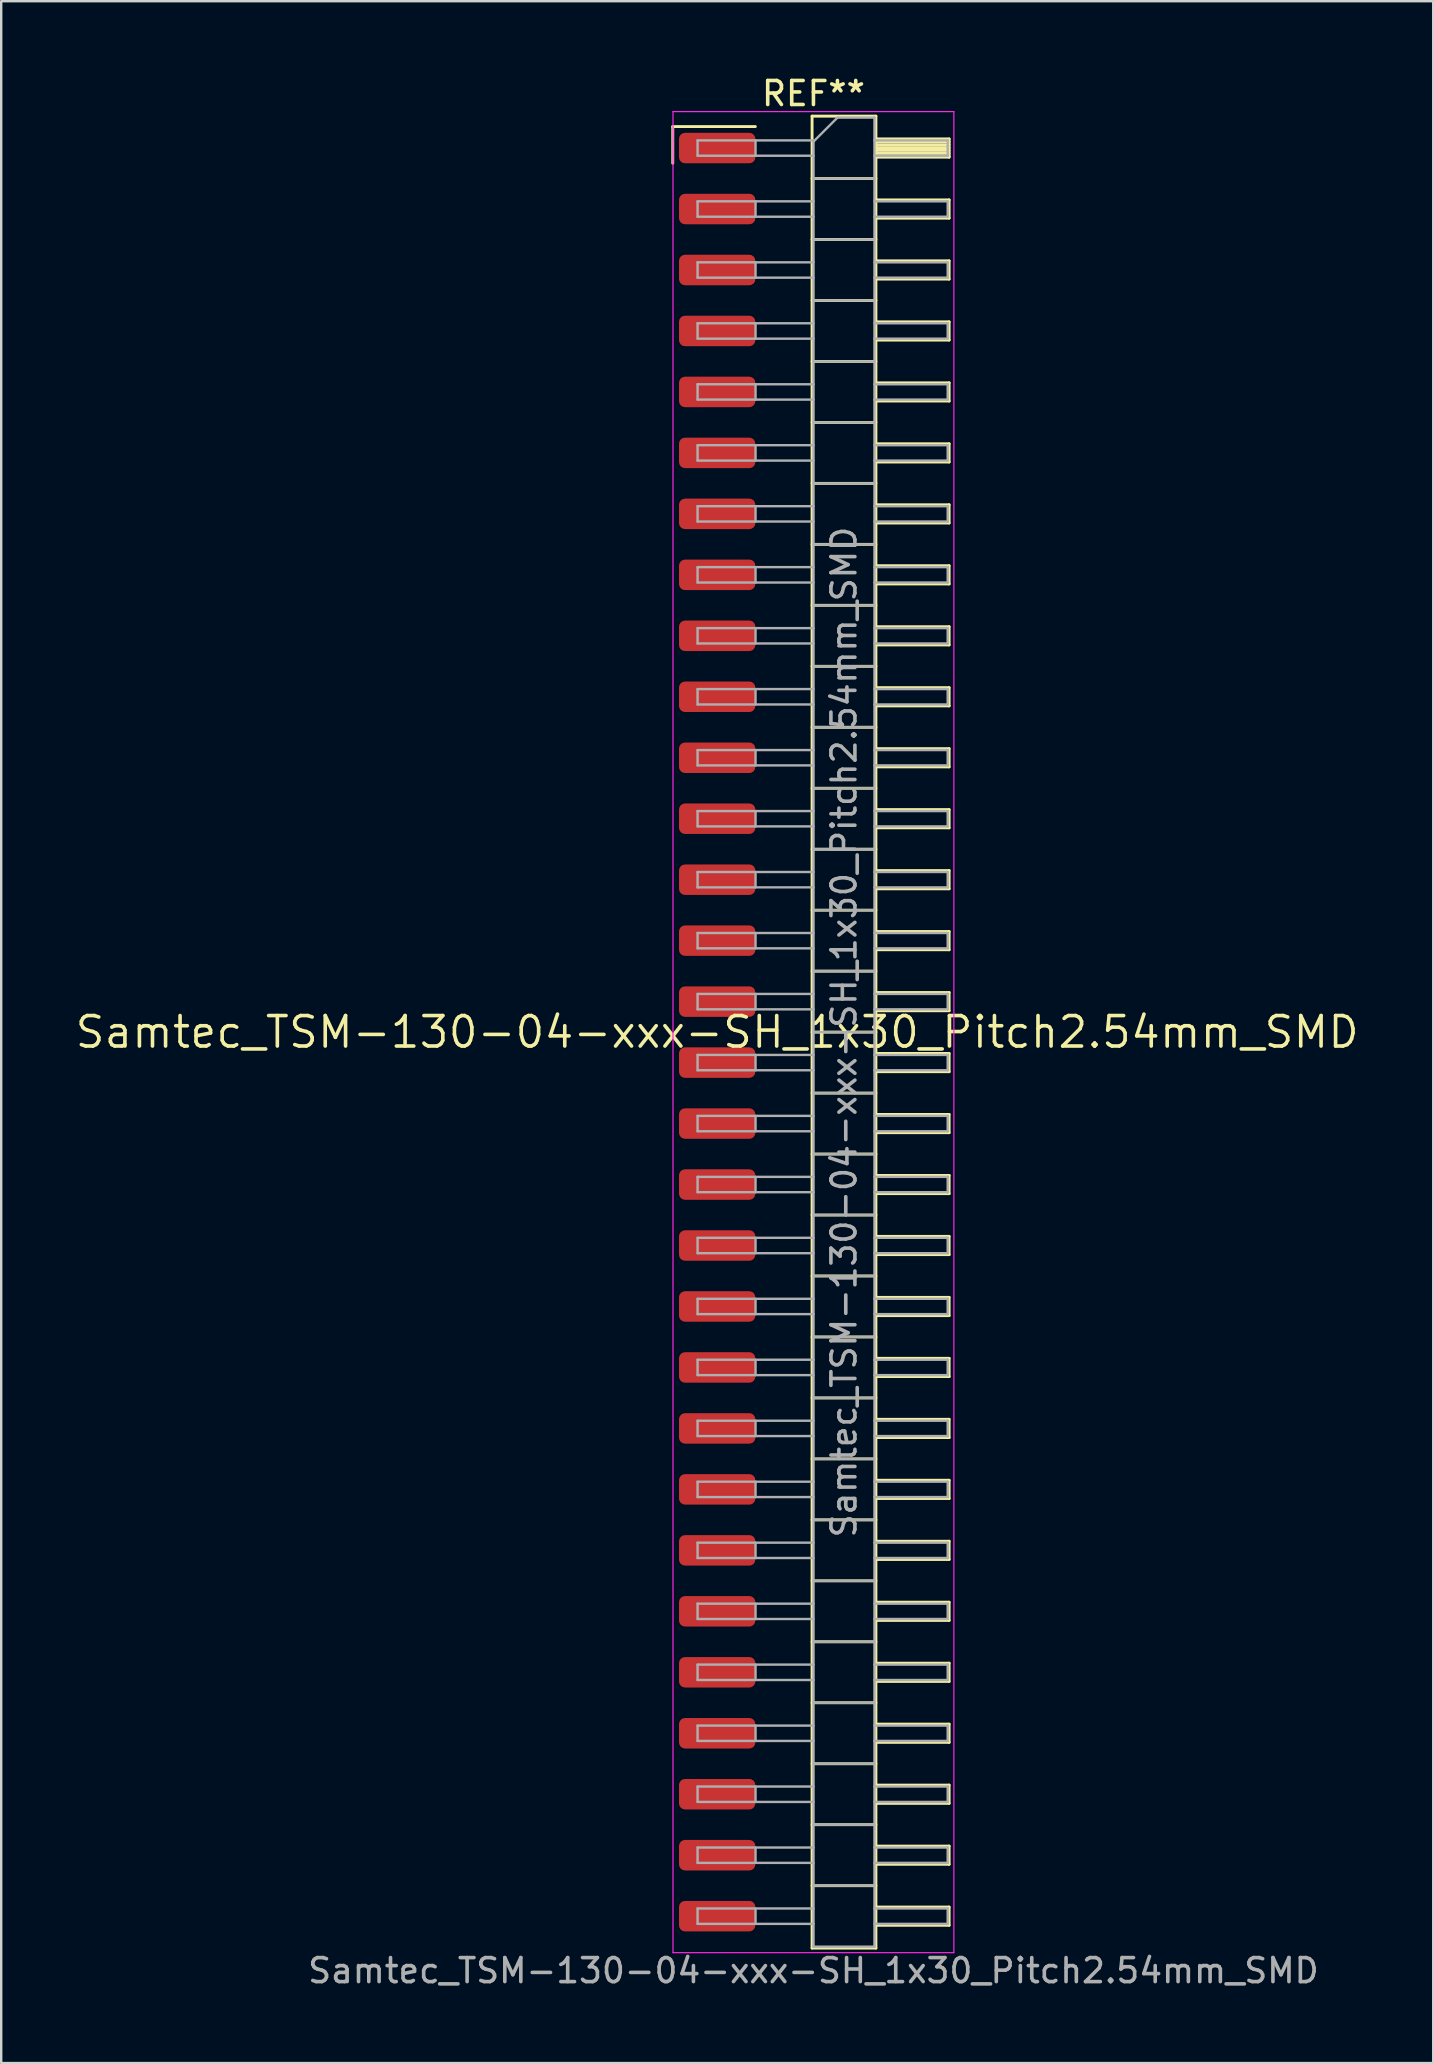
<source format=kicad_pcb>
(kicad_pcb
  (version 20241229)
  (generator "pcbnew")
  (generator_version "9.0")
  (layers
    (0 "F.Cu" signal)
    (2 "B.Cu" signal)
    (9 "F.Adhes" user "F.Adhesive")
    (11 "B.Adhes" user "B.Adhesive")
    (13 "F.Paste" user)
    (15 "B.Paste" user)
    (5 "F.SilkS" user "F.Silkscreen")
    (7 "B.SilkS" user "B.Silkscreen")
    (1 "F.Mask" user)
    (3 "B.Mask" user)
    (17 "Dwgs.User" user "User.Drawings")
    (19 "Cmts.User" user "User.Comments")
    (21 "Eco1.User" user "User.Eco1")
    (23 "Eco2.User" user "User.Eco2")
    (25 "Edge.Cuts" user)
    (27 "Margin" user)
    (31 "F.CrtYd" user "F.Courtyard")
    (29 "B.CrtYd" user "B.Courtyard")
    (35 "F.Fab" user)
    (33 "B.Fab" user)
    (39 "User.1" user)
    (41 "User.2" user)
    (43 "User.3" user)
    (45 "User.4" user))
  (footprint "Samtec_TSM-130-04-xxx-SH_1x30_Pitch2.54mm_SMD"
    (layer "F.Cu")
    (at 26.828 39.948)
    (property "Reference" "Samtec_TSM-130-04-xxx-SH_1x30_Pitch2.54mm_SMD" (at 0 0 0) (layer "F.SilkS") (effects (font (size 1.27 1.27) (thickness 0.15))))
    (attr smd)
    (fp_line (start -1.85 -37.725) (end 1.59 -37.725) (stroke (width 0.12) (type solid)) (layer "F.SilkS"))
    (fp_line (start -1.85 -36.195) (end -1.85 -37.725) (stroke (width 0.12) (type solid)) (layer "F.SilkS"))
    (fp_line (start 3.953 -38.16) (end 6.613 -38.16) (stroke (width 0.12) (type solid)) (layer "F.SilkS"))
    (fp_line (start 3.953 -35.56) (end 6.613 -35.56) (stroke (width 0.12) (type solid)) (layer "F.SilkS"))
    (fp_line (start 3.953 -33.02) (end 6.613 -33.02) (stroke (width 0.12) (type solid)) (layer "F.SilkS"))
    (fp_line (start 3.953 -30.48) (end 6.613 -30.48) (stroke (width 0.12) (type solid)) (layer "F.SilkS"))
    (fp_line (start 3.953 -27.94) (end 6.613 -27.94) (stroke (width 0.12) (type solid)) (layer "F.SilkS"))
    (fp_line (start 3.953 -25.4) (end 6.613 -25.4) (stroke (width 0.12) (type solid)) (layer "F.SilkS"))
    (fp_line (start 3.953 -22.86) (end 6.613 -22.86) (stroke (width 0.12) (type solid)) (layer "F.SilkS"))
    (fp_line (start 3.953 -20.32) (end 6.613 -20.32) (stroke (width 0.12) (type solid)) (layer "F.SilkS"))
    (fp_line (start 3.953 -17.78) (end 6.613 -17.78) (stroke (width 0.12) (type solid)) (layer "F.SilkS"))
    (fp_line (start 3.953 -15.24) (end 6.613 -15.24) (stroke (width 0.12) (type solid)) (layer "F.SilkS"))
    (fp_line (start 3.953 -12.7) (end 6.613 -12.7) (stroke (width 0.12) (type solid)) (layer "F.SilkS"))
    (fp_line (start 3.953 -10.16) (end 6.613 -10.16) (stroke (width 0.12) (type solid)) (layer "F.SilkS"))
    (fp_line (start 3.953 -7.62) (end 6.613 -7.62) (stroke (width 0.12) (type solid)) (layer "F.SilkS"))
    (fp_line (start 3.953 -5.08) (end 6.613 -5.08) (stroke (width 0.12) (type solid)) (layer "F.SilkS"))
    (fp_line (start 3.953 -2.54) (end 6.613 -2.54) (stroke (width 0.12) (type solid)) (layer "F.SilkS"))
    (fp_line (start 3.953 0) (end 6.613 0) (stroke (width 0.12) (type solid)) (layer "F.SilkS"))
    (fp_line (start 3.953 2.54) (end 6.613 2.54) (stroke (width 0.12) (type solid)) (layer "F.SilkS"))
    (fp_line (start 3.953 5.08) (end 6.613 5.08) (stroke (width 0.12) (type solid)) (layer "F.SilkS"))
    (fp_line (start 3.953 7.62) (end 6.613 7.62) (stroke (width 0.12) (type solid)) (layer "F.SilkS"))
    (fp_line (start 3.953 10.16) (end 6.613 10.16) (stroke (width 0.12) (type solid)) (layer "F.SilkS"))
    (fp_line (start 3.953 12.7) (end 6.613 12.7) (stroke (width 0.12) (type solid)) (layer "F.SilkS"))
    (fp_line (start 3.953 15.24) (end 6.613 15.24) (stroke (width 0.12) (type solid)) (layer "F.SilkS"))
    (fp_line (start 3.953 17.78) (end 6.613 17.78) (stroke (width 0.12) (type solid)) (layer "F.SilkS"))
    (fp_line (start 3.953 20.32) (end 6.613 20.32) (stroke (width 0.12) (type solid)) (layer "F.SilkS"))
    (fp_line (start 3.953 22.86) (end 6.613 22.86) (stroke (width 0.12) (type solid)) (layer "F.SilkS"))
    (fp_line (start 3.953 25.4) (end 6.613 25.4) (stroke (width 0.12) (type solid)) (layer "F.SilkS"))
    (fp_line (start 3.953 27.94) (end 6.613 27.94) (stroke (width 0.12) (type solid)) (layer "F.SilkS"))
    (fp_line (start 3.953 30.48) (end 6.613 30.48) (stroke (width 0.12) (type solid)) (layer "F.SilkS"))
    (fp_line (start 3.953 33.02) (end 6.613 33.02) (stroke (width 0.12) (type solid)) (layer "F.SilkS"))
    (fp_line (start 3.953 35.56) (end 6.613 35.56) (stroke (width 0.12) (type solid)) (layer "F.SilkS"))
    (fp_line (start 3.953 38.16) (end 3.953 -38.16) (stroke (width 0.12) (type solid)) (layer "F.SilkS"))
    (fp_line (start 6.613 -38.16) (end 6.613 38.16) (stroke (width 0.12) (type solid)) (layer "F.SilkS"))
    (fp_line (start 6.613 -37.21) (end 9.663 -37.21) (stroke (width 0.12) (type solid)) (layer "F.SilkS"))
    (fp_line (start 6.613 -37.09) (end 9.663 -37.09) (stroke (width 0.12) (type solid)) (layer "F.SilkS"))
    (fp_line (start 6.613 -36.97) (end 9.663 -36.97) (stroke (width 0.12) (type solid)) (layer "F.SilkS"))
    (fp_line (start 6.613 -36.85) (end 9.663 -36.85) (stroke (width 0.12) (type solid)) (layer "F.SilkS"))
    (fp_line (start 6.613 -36.73) (end 9.663 -36.73) (stroke (width 0.12) (type solid)) (layer "F.SilkS"))
    (fp_line (start 6.613 -36.61) (end 9.663 -36.61) (stroke (width 0.12) (type solid)) (layer "F.SilkS"))
    (fp_line (start 6.613 -36.49) (end 9.663 -36.49) (stroke (width 0.12) (type solid)) (layer "F.SilkS"))
    (fp_line (start 6.613 -36.45) (end 9.663 -36.45) (stroke (width 0.12) (type solid)) (layer "F.SilkS"))
    (fp_line (start 6.613 -34.67) (end 9.663 -34.67) (stroke (width 0.12) (type solid)) (layer "F.SilkS"))
    (fp_line (start 6.613 -33.91) (end 9.663 -33.91) (stroke (width 0.12) (type solid)) (layer "F.SilkS"))
    (fp_line (start 6.613 -32.13) (end 9.663 -32.13) (stroke (width 0.12) (type solid)) (layer "F.SilkS"))
    (fp_line (start 6.613 -31.37) (end 9.663 -31.37) (stroke (width 0.12) (type solid)) (layer "F.SilkS"))
    (fp_line (start 6.613 -29.59) (end 9.663 -29.59) (stroke (width 0.12) (type solid)) (layer "F.SilkS"))
    (fp_line (start 6.613 -28.83) (end 9.663 -28.83) (stroke (width 0.12) (type solid)) (layer "F.SilkS"))
    (fp_line (start 6.613 -27.05) (end 9.663 -27.05) (stroke (width 0.12) (type solid)) (layer "F.SilkS"))
    (fp_line (start 6.613 -26.29) (end 9.663 -26.29) (stroke (width 0.12) (type solid)) (layer "F.SilkS"))
    (fp_line (start 6.613 -24.51) (end 9.663 -24.51) (stroke (width 0.12) (type solid)) (layer "F.SilkS"))
    (fp_line (start 6.613 -23.75) (end 9.663 -23.75) (stroke (width 0.12) (type solid)) (layer "F.SilkS"))
    (fp_line (start 6.613 -21.97) (end 9.663 -21.97) (stroke (width 0.12) (type solid)) (layer "F.SilkS"))
    (fp_line (start 6.613 -21.21) (end 9.663 -21.21) (stroke (width 0.12) (type solid)) (layer "F.SilkS"))
    (fp_line (start 6.613 -19.43) (end 9.663 -19.43) (stroke (width 0.12) (type solid)) (layer "F.SilkS"))
    (fp_line (start 6.613 -18.67) (end 9.663 -18.67) (stroke (width 0.12) (type solid)) (layer "F.SilkS"))
    (fp_line (start 6.613 -16.89) (end 9.663 -16.89) (stroke (width 0.12) (type solid)) (layer "F.SilkS"))
    (fp_line (start 6.613 -16.13) (end 9.663 -16.13) (stroke (width 0.12) (type solid)) (layer "F.SilkS"))
    (fp_line (start 6.613 -14.35) (end 9.663 -14.35) (stroke (width 0.12) (type solid)) (layer "F.SilkS"))
    (fp_line (start 6.613 -13.59) (end 9.663 -13.59) (stroke (width 0.12) (type solid)) (layer "F.SilkS"))
    (fp_line (start 6.613 -11.81) (end 9.663 -11.81) (stroke (width 0.12) (type solid)) (layer "F.SilkS"))
    (fp_line (start 6.613 -11.05) (end 9.663 -11.05) (stroke (width 0.12) (type solid)) (layer "F.SilkS"))
    (fp_line (start 6.613 -9.27) (end 9.663 -9.27) (stroke (width 0.12) (type solid)) (layer "F.SilkS"))
    (fp_line (start 6.613 -8.51) (end 9.663 -8.51) (stroke (width 0.12) (type solid)) (layer "F.SilkS"))
    (fp_line (start 6.613 -6.73) (end 9.663 -6.73) (stroke (width 0.12) (type solid)) (layer "F.SilkS"))
    (fp_line (start 6.613 -5.97) (end 9.663 -5.97) (stroke (width 0.12) (type solid)) (layer "F.SilkS"))
    (fp_line (start 6.613 -4.19) (end 9.663 -4.19) (stroke (width 0.12) (type solid)) (layer "F.SilkS"))
    (fp_line (start 6.613 -3.43) (end 9.663 -3.43) (stroke (width 0.12) (type solid)) (layer "F.SilkS"))
    (fp_line (start 6.613 -1.65) (end 9.663 -1.65) (stroke (width 0.12) (type solid)) (layer "F.SilkS"))
    (fp_line (start 6.613 -0.89) (end 9.663 -0.89) (stroke (width 0.12) (type solid)) (layer "F.SilkS"))
    (fp_line (start 6.613 0.89) (end 9.663 0.89) (stroke (width 0.12) (type solid)) (layer "F.SilkS"))
    (fp_line (start 6.613 1.65) (end 9.663 1.65) (stroke (width 0.12) (type solid)) (layer "F.SilkS"))
    (fp_line (start 6.613 3.43) (end 9.663 3.43) (stroke (width 0.12) (type solid)) (layer "F.SilkS"))
    (fp_line (start 6.613 4.19) (end 9.663 4.19) (stroke (width 0.12) (type solid)) (layer "F.SilkS"))
    (fp_line (start 6.613 5.97) (end 9.663 5.97) (stroke (width 0.12) (type solid)) (layer "F.SilkS"))
    (fp_line (start 6.613 6.73) (end 9.663 6.73) (stroke (width 0.12) (type solid)) (layer "F.SilkS"))
    (fp_line (start 6.613 8.51) (end 9.663 8.51) (stroke (width 0.12) (type solid)) (layer "F.SilkS"))
    (fp_line (start 6.613 9.27) (end 9.663 9.27) (stroke (width 0.12) (type solid)) (layer "F.SilkS"))
    (fp_line (start 6.613 11.05) (end 9.663 11.05) (stroke (width 0.12) (type solid)) (layer "F.SilkS"))
    (fp_line (start 6.613 11.81) (end 9.663 11.81) (stroke (width 0.12) (type solid)) (layer "F.SilkS"))
    (fp_line (start 6.613 13.59) (end 9.663 13.59) (stroke (width 0.12) (type solid)) (layer "F.SilkS"))
    (fp_line (start 6.613 14.35) (end 9.663 14.35) (stroke (width 0.12) (type solid)) (layer "F.SilkS"))
    (fp_line (start 6.613 16.13) (end 9.663 16.13) (stroke (width 0.12) (type solid)) (layer "F.SilkS"))
    (fp_line (start 6.613 16.89) (end 9.663 16.89) (stroke (width 0.12) (type solid)) (layer "F.SilkS"))
    (fp_line (start 6.613 18.67) (end 9.663 18.67) (stroke (width 0.12) (type solid)) (layer "F.SilkS"))
    (fp_line (start 6.613 19.43) (end 9.663 19.43) (stroke (width 0.12) (type solid)) (layer "F.SilkS"))
    (fp_line (start 6.613 21.21) (end 9.663 21.21) (stroke (width 0.12) (type solid)) (layer "F.SilkS"))
    (fp_line (start 6.613 21.97) (end 9.663 21.97) (stroke (width 0.12) (type solid)) (layer "F.SilkS"))
    (fp_line (start 6.613 23.75) (end 9.663 23.75) (stroke (width 0.12) (type solid)) (layer "F.SilkS"))
    (fp_line (start 6.613 24.51) (end 9.663 24.51) (stroke (width 0.12) (type solid)) (layer "F.SilkS"))
    (fp_line (start 6.613 26.29) (end 9.663 26.29) (stroke (width 0.12) (type solid)) (layer "F.SilkS"))
    (fp_line (start 6.613 27.05) (end 9.663 27.05) (stroke (width 0.12) (type solid)) (layer "F.SilkS"))
    (fp_line (start 6.613 28.83) (end 9.663 28.83) (stroke (width 0.12) (type solid)) (layer "F.SilkS"))
    (fp_line (start 6.613 29.59) (end 9.663 29.59) (stroke (width 0.12) (type solid)) (layer "F.SilkS"))
    (fp_line (start 6.613 31.37) (end 9.663 31.37) (stroke (width 0.12) (type solid)) (layer "F.SilkS"))
    (fp_line (start 6.613 32.13) (end 9.663 32.13) (stroke (width 0.12) (type solid)) (layer "F.SilkS"))
    (fp_line (start 6.613 33.91) (end 9.663 33.91) (stroke (width 0.12) (type solid)) (layer "F.SilkS"))
    (fp_line (start 6.613 34.67) (end 9.663 34.67) (stroke (width 0.12) (type solid)) (layer "F.SilkS"))
    (fp_line (start 6.613 36.45) (end 9.663 36.45) (stroke (width 0.12) (type solid)) (layer "F.SilkS"))
    (fp_line (start 6.613 37.21) (end 9.663 37.21) (stroke (width 0.12) (type solid)) (layer "F.SilkS"))
    (fp_line (start 6.613 38.16) (end 3.953 38.16) (stroke (width 0.12) (type solid)) (layer "F.SilkS"))
    (fp_line (start 9.663 -37.21) (end 9.663 -36.45) (stroke (width 0.12) (type solid)) (layer "F.SilkS"))
    (fp_line (start 9.663 -34.67) (end 9.663 -33.91) (stroke (width 0.12) (type solid)) (layer "F.SilkS"))
    (fp_line (start 9.663 -32.13) (end 9.663 -31.37) (stroke (width 0.12) (type solid)) (layer "F.SilkS"))
    (fp_line (start 9.663 -29.59) (end 9.663 -28.83) (stroke (width 0.12) (type solid)) (layer "F.SilkS"))
    (fp_line (start 9.663 -27.05) (end 9.663 -26.29) (stroke (width 0.12) (type solid)) (layer "F.SilkS"))
    (fp_line (start 9.663 -24.51) (end 9.663 -23.75) (stroke (width 0.12) (type solid)) (layer "F.SilkS"))
    (fp_line (start 9.663 -21.97) (end 9.663 -21.21) (stroke (width 0.12) (type solid)) (layer "F.SilkS"))
    (fp_line (start 9.663 -19.43) (end 9.663 -18.67) (stroke (width 0.12) (type solid)) (layer "F.SilkS"))
    (fp_line (start 9.663 -16.89) (end 9.663 -16.13) (stroke (width 0.12) (type solid)) (layer "F.SilkS"))
    (fp_line (start 9.663 -14.35) (end 9.663 -13.59) (stroke (width 0.12) (type solid)) (layer "F.SilkS"))
    (fp_line (start 9.663 -11.81) (end 9.663 -11.05) (stroke (width 0.12) (type solid)) (layer "F.SilkS"))
    (fp_line (start 9.663 -9.27) (end 9.663 -8.51) (stroke (width 0.12) (type solid)) (layer "F.SilkS"))
    (fp_line (start 9.663 -6.73) (end 9.663 -5.97) (stroke (width 0.12) (type solid)) (layer "F.SilkS"))
    (fp_line (start 9.663 -4.19) (end 9.663 -3.43) (stroke (width 0.12) (type solid)) (layer "F.SilkS"))
    (fp_line (start 9.663 -1.65) (end 9.663 -0.89) (stroke (width 0.12) (type solid)) (layer "F.SilkS"))
    (fp_line (start 9.663 0.89) (end 9.663 1.65) (stroke (width 0.12) (type solid)) (layer "F.SilkS"))
    (fp_line (start 9.663 3.43) (end 9.663 4.19) (stroke (width 0.12) (type solid)) (layer "F.SilkS"))
    (fp_line (start 9.663 5.97) (end 9.663 6.73) (stroke (width 0.12) (type solid)) (layer "F.SilkS"))
    (fp_line (start 9.663 8.51) (end 9.663 9.27) (stroke (width 0.12) (type solid)) (layer "F.SilkS"))
    (fp_line (start 9.663 11.05) (end 9.663 11.81) (stroke (width 0.12) (type solid)) (layer "F.SilkS"))
    (fp_line (start 9.663 13.59) (end 9.663 14.35) (stroke (width 0.12) (type solid)) (layer "F.SilkS"))
    (fp_line (start 9.663 16.13) (end 9.663 16.89) (stroke (width 0.12) (type solid)) (layer "F.SilkS"))
    (fp_line (start 9.663 18.67) (end 9.663 19.43) (stroke (width 0.12) (type solid)) (layer "F.SilkS"))
    (fp_line (start 9.663 21.21) (end 9.663 21.97) (stroke (width 0.12) (type solid)) (layer "F.SilkS"))
    (fp_line (start 9.663 23.75) (end 9.663 24.51) (stroke (width 0.12) (type solid)) (layer "F.SilkS"))
    (fp_line (start 9.663 26.29) (end 9.663 27.05) (stroke (width 0.12) (type solid)) (layer "F.SilkS"))
    (fp_line (start 9.663 28.83) (end 9.663 29.59) (stroke (width 0.12) (type solid)) (layer "F.SilkS"))
    (fp_line (start 9.663 31.37) (end 9.663 32.13) (stroke (width 0.12) (type solid)) (layer "F.SilkS"))
    (fp_line (start 9.663 33.91) (end 9.663 34.67) (stroke (width 0.12) (type solid)) (layer "F.SilkS"))
    (fp_line (start 9.663 36.45) (end 9.663 37.21) (stroke (width 0.12) (type solid)) (layer "F.SilkS"))
    (fp_line (start -1.84 -38.35) (end 9.86 -38.35) (stroke (width 0.05) (type solid)) (layer "F.CrtYd"))
    (fp_line (start -1.84 38.35) (end -1.84 -38.35) (stroke (width 0.05) (type solid)) (layer "F.CrtYd"))
    (fp_line (start 9.86 -38.35) (end 9.86 38.35) (stroke (width 0.05) (type solid)) (layer "F.CrtYd"))
    (fp_line (start 9.86 38.35) (end -1.84 38.35) (stroke (width 0.05) (type solid)) (layer "F.CrtYd"))
    (fp_line (start -0.817 -37.15) (end -0.817 -36.51) (stroke (width 0.1) (type solid)) (layer "F.Fab"))
    (fp_line (start -0.817 -37.15) (end 4.013 -37.15) (stroke (width 0.1) (type solid)) (layer "F.Fab"))
    (fp_line (start -0.817 -36.51) (end 4.013 -36.51) (stroke (width 0.1) (type solid)) (layer "F.Fab"))
    (fp_line (start -0.817 -34.61) (end -0.817 -33.97) (stroke (width 0.1) (type solid)) (layer "F.Fab"))
    (fp_line (start -0.817 -34.61) (end 4.013 -34.61) (stroke (width 0.1) (type solid)) (layer "F.Fab"))
    (fp_line (start -0.817 -33.97) (end 4.013 -33.97) (stroke (width 0.1) (type solid)) (layer "F.Fab"))
    (fp_line (start -0.817 -32.07) (end -0.817 -31.43) (stroke (width 0.1) (type solid)) (layer "F.Fab"))
    (fp_line (start -0.817 -32.07) (end 4.013 -32.07) (stroke (width 0.1) (type solid)) (layer "F.Fab"))
    (fp_line (start -0.817 -31.43) (end 4.013 -31.43) (stroke (width 0.1) (type solid)) (layer "F.Fab"))
    (fp_line (start -0.817 -29.53) (end -0.817 -28.89) (stroke (width 0.1) (type solid)) (layer "F.Fab"))
    (fp_line (start -0.817 -29.53) (end 4.013 -29.53) (stroke (width 0.1) (type solid)) (layer "F.Fab"))
    (fp_line (start -0.817 -28.89) (end 4.013 -28.89) (stroke (width 0.1) (type solid)) (layer "F.Fab"))
    (fp_line (start -0.817 -26.99) (end -0.817 -26.35) (stroke (width 0.1) (type solid)) (layer "F.Fab"))
    (fp_line (start -0.817 -26.99) (end 4.013 -26.99) (stroke (width 0.1) (type solid)) (layer "F.Fab"))
    (fp_line (start -0.817 -26.35) (end 4.013 -26.35) (stroke (width 0.1) (type solid)) (layer "F.Fab"))
    (fp_line (start -0.817 -24.45) (end -0.817 -23.81) (stroke (width 0.1) (type solid)) (layer "F.Fab"))
    (fp_line (start -0.817 -24.45) (end 4.013 -24.45) (stroke (width 0.1) (type solid)) (layer "F.Fab"))
    (fp_line (start -0.817 -23.81) (end 4.013 -23.81) (stroke (width 0.1) (type solid)) (layer "F.Fab"))
    (fp_line (start -0.817 -21.91) (end -0.817 -21.27) (stroke (width 0.1) (type solid)) (layer "F.Fab"))
    (fp_line (start -0.817 -21.91) (end 4.013 -21.91) (stroke (width 0.1) (type solid)) (layer "F.Fab"))
    (fp_line (start -0.817 -21.27) (end 4.013 -21.27) (stroke (width 0.1) (type solid)) (layer "F.Fab"))
    (fp_line (start -0.817 -19.37) (end -0.817 -18.73) (stroke (width 0.1) (type solid)) (layer "F.Fab"))
    (fp_line (start -0.817 -19.37) (end 4.013 -19.37) (stroke (width 0.1) (type solid)) (layer "F.Fab"))
    (fp_line (start -0.817 -18.73) (end 4.013 -18.73) (stroke (width 0.1) (type solid)) (layer "F.Fab"))
    (fp_line (start -0.817 -16.83) (end -0.817 -16.19) (stroke (width 0.1) (type solid)) (layer "F.Fab"))
    (fp_line (start -0.817 -16.83) (end 4.013 -16.83) (stroke (width 0.1) (type solid)) (layer "F.Fab"))
    (fp_line (start -0.817 -16.19) (end 4.013 -16.19) (stroke (width 0.1) (type solid)) (layer "F.Fab"))
    (fp_line (start -0.817 -14.29) (end -0.817 -13.65) (stroke (width 0.1) (type solid)) (layer "F.Fab"))
    (fp_line (start -0.817 -14.29) (end 4.013 -14.29) (stroke (width 0.1) (type solid)) (layer "F.Fab"))
    (fp_line (start -0.817 -13.65) (end 4.013 -13.65) (stroke (width 0.1) (type solid)) (layer "F.Fab"))
    (fp_line (start -0.817 -11.75) (end -0.817 -11.11) (stroke (width 0.1) (type solid)) (layer "F.Fab"))
    (fp_line (start -0.817 -11.75) (end 4.013 -11.75) (stroke (width 0.1) (type solid)) (layer "F.Fab"))
    (fp_line (start -0.817 -11.11) (end 4.013 -11.11) (stroke (width 0.1) (type solid)) (layer "F.Fab"))
    (fp_line (start -0.817 -9.21) (end -0.817 -8.57) (stroke (width 0.1) (type solid)) (layer "F.Fab"))
    (fp_line (start -0.817 -9.21) (end 4.013 -9.21) (stroke (width 0.1) (type solid)) (layer "F.Fab"))
    (fp_line (start -0.817 -8.57) (end 4.013 -8.57) (stroke (width 0.1) (type solid)) (layer "F.Fab"))
    (fp_line (start -0.817 -6.67) (end -0.817 -6.03) (stroke (width 0.1) (type solid)) (layer "F.Fab"))
    (fp_line (start -0.817 -6.67) (end 4.013 -6.67) (stroke (width 0.1) (type solid)) (layer "F.Fab"))
    (fp_line (start -0.817 -6.03) (end 4.013 -6.03) (stroke (width 0.1) (type solid)) (layer "F.Fab"))
    (fp_line (start -0.817 -4.13) (end -0.817 -3.49) (stroke (width 0.1) (type solid)) (layer "F.Fab"))
    (fp_line (start -0.817 -4.13) (end 4.013 -4.13) (stroke (width 0.1) (type solid)) (layer "F.Fab"))
    (fp_line (start -0.817 -3.49) (end 4.013 -3.49) (stroke (width 0.1) (type solid)) (layer "F.Fab"))
    (fp_line (start -0.817 -1.59) (end -0.817 -0.95) (stroke (width 0.1) (type solid)) (layer "F.Fab"))
    (fp_line (start -0.817 -1.59) (end 4.013 -1.59) (stroke (width 0.1) (type solid)) (layer "F.Fab"))
    (fp_line (start -0.817 -0.95) (end 4.013 -0.95) (stroke (width 0.1) (type solid)) (layer "F.Fab"))
    (fp_line (start -0.817 0.95) (end -0.817 1.59) (stroke (width 0.1) (type solid)) (layer "F.Fab"))
    (fp_line (start -0.817 0.95) (end 4.013 0.95) (stroke (width 0.1) (type solid)) (layer "F.Fab"))
    (fp_line (start -0.817 1.59) (end 4.013 1.59) (stroke (width 0.1) (type solid)) (layer "F.Fab"))
    (fp_line (start -0.817 3.49) (end -0.817 4.13) (stroke (width 0.1) (type solid)) (layer "F.Fab"))
    (fp_line (start -0.817 3.49) (end 4.013 3.49) (stroke (width 0.1) (type solid)) (layer "F.Fab"))
    (fp_line (start -0.817 4.13) (end 4.013 4.13) (stroke (width 0.1) (type solid)) (layer "F.Fab"))
    (fp_line (start -0.817 6.03) (end -0.817 6.67) (stroke (width 0.1) (type solid)) (layer "F.Fab"))
    (fp_line (start -0.817 6.03) (end 4.013 6.03) (stroke (width 0.1) (type solid)) (layer "F.Fab"))
    (fp_line (start -0.817 6.67) (end 4.013 6.67) (stroke (width 0.1) (type solid)) (layer "F.Fab"))
    (fp_line (start -0.817 8.57) (end -0.817 9.21) (stroke (width 0.1) (type solid)) (layer "F.Fab"))
    (fp_line (start -0.817 8.57) (end 4.013 8.57) (stroke (width 0.1) (type solid)) (layer "F.Fab"))
    (fp_line (start -0.817 9.21) (end 4.013 9.21) (stroke (width 0.1) (type solid)) (layer "F.Fab"))
    (fp_line (start -0.817 11.11) (end -0.817 11.75) (stroke (width 0.1) (type solid)) (layer "F.Fab"))
    (fp_line (start -0.817 11.11) (end 4.013 11.11) (stroke (width 0.1) (type solid)) (layer "F.Fab"))
    (fp_line (start -0.817 11.75) (end 4.013 11.75) (stroke (width 0.1) (type solid)) (layer "F.Fab"))
    (fp_line (start -0.817 13.65) (end -0.817 14.29) (stroke (width 0.1) (type solid)) (layer "F.Fab"))
    (fp_line (start -0.817 13.65) (end 4.013 13.65) (stroke (width 0.1) (type solid)) (layer "F.Fab"))
    (fp_line (start -0.817 14.29) (end 4.013 14.29) (stroke (width 0.1) (type solid)) (layer "F.Fab"))
    (fp_line (start -0.817 16.19) (end -0.817 16.83) (stroke (width 0.1) (type solid)) (layer "F.Fab"))
    (fp_line (start -0.817 16.19) (end 4.013 16.19) (stroke (width 0.1) (type solid)) (layer "F.Fab"))
    (fp_line (start -0.817 16.83) (end 4.013 16.83) (stroke (width 0.1) (type solid)) (layer "F.Fab"))
    (fp_line (start -0.817 18.73) (end -0.817 19.37) (stroke (width 0.1) (type solid)) (layer "F.Fab"))
    (fp_line (start -0.817 18.73) (end 4.013 18.73) (stroke (width 0.1) (type solid)) (layer "F.Fab"))
    (fp_line (start -0.817 19.37) (end 4.013 19.37) (stroke (width 0.1) (type solid)) (layer "F.Fab"))
    (fp_line (start -0.817 21.27) (end -0.817 21.91) (stroke (width 0.1) (type solid)) (layer "F.Fab"))
    (fp_line (start -0.817 21.27) (end 4.013 21.27) (stroke (width 0.1) (type solid)) (layer "F.Fab"))
    (fp_line (start -0.817 21.91) (end 4.013 21.91) (stroke (width 0.1) (type solid)) (layer "F.Fab"))
    (fp_line (start -0.817 23.81) (end -0.817 24.45) (stroke (width 0.1) (type solid)) (layer "F.Fab"))
    (fp_line (start -0.817 23.81) (end 4.013 23.81) (stroke (width 0.1) (type solid)) (layer "F.Fab"))
    (fp_line (start -0.817 24.45) (end 4.013 24.45) (stroke (width 0.1) (type solid)) (layer "F.Fab"))
    (fp_line (start -0.817 26.35) (end -0.817 26.99) (stroke (width 0.1) (type solid)) (layer "F.Fab"))
    (fp_line (start -0.817 26.35) (end 4.013 26.35) (stroke (width 0.1) (type solid)) (layer "F.Fab"))
    (fp_line (start -0.817 26.99) (end 4.013 26.99) (stroke (width 0.1) (type solid)) (layer "F.Fab"))
    (fp_line (start -0.817 28.89) (end -0.817 29.53) (stroke (width 0.1) (type solid)) (layer "F.Fab"))
    (fp_line (start -0.817 28.89) (end 4.013 28.89) (stroke (width 0.1) (type solid)) (layer "F.Fab"))
    (fp_line (start -0.817 29.53) (end 4.013 29.53) (stroke (width 0.1) (type solid)) (layer "F.Fab"))
    (fp_line (start -0.817 31.43) (end -0.817 32.07) (stroke (width 0.1) (type solid)) (layer "F.Fab"))
    (fp_line (start -0.817 31.43) (end 4.013 31.43) (stroke (width 0.1) (type solid)) (layer "F.Fab"))
    (fp_line (start -0.817 32.07) (end 4.013 32.07) (stroke (width 0.1) (type solid)) (layer "F.Fab"))
    (fp_line (start -0.817 33.97) (end -0.817 34.61) (stroke (width 0.1) (type solid)) (layer "F.Fab"))
    (fp_line (start -0.817 33.97) (end 4.013 33.97) (stroke (width 0.1) (type solid)) (layer "F.Fab"))
    (fp_line (start -0.817 34.61) (end 4.013 34.61) (stroke (width 0.1) (type solid)) (layer "F.Fab"))
    (fp_line (start -0.817 36.51) (end -0.817 37.15) (stroke (width 0.1) (type solid)) (layer "F.Fab"))
    (fp_line (start -0.817 36.51) (end 4.013 36.51) (stroke (width 0.1) (type solid)) (layer "F.Fab"))
    (fp_line (start -0.817 37.15) (end 4.013 37.15) (stroke (width 0.1) (type solid)) (layer "F.Fab"))
    (fp_line (start 1.598 -37.15) (end 1.598 -36.51) (stroke (width 0.1) (type solid)) (layer "F.Fab"))
    (fp_line (start 1.598 -34.61) (end 1.598 -33.97) (stroke (width 0.1) (type solid)) (layer "F.Fab"))
    (fp_line (start 1.598 -32.07) (end 1.598 -31.43) (stroke (width 0.1) (type solid)) (layer "F.Fab"))
    (fp_line (start 1.598 -29.53) (end 1.598 -28.89) (stroke (width 0.1) (type solid)) (layer "F.Fab"))
    (fp_line (start 1.598 -26.99) (end 1.598 -26.35) (stroke (width 0.1) (type solid)) (layer "F.Fab"))
    (fp_line (start 1.598 -24.45) (end 1.598 -23.81) (stroke (width 0.1) (type solid)) (layer "F.Fab"))
    (fp_line (start 1.598 -21.91) (end 1.598 -21.27) (stroke (width 0.1) (type solid)) (layer "F.Fab"))
    (fp_line (start 1.598 -19.37) (end 1.598 -18.73) (stroke (width 0.1) (type solid)) (layer "F.Fab"))
    (fp_line (start 1.598 -16.83) (end 1.598 -16.19) (stroke (width 0.1) (type solid)) (layer "F.Fab"))
    (fp_line (start 1.598 -14.29) (end 1.598 -13.65) (stroke (width 0.1) (type solid)) (layer "F.Fab"))
    (fp_line (start 1.598 -11.75) (end 1.598 -11.11) (stroke (width 0.1) (type solid)) (layer "F.Fab"))
    (fp_line (start 1.598 -9.21) (end 1.598 -8.57) (stroke (width 0.1) (type solid)) (layer "F.Fab"))
    (fp_line (start 1.598 -6.67) (end 1.598 -6.03) (stroke (width 0.1) (type solid)) (layer "F.Fab"))
    (fp_line (start 1.598 -4.13) (end 1.598 -3.49) (stroke (width 0.1) (type solid)) (layer "F.Fab"))
    (fp_line (start 1.598 -1.59) (end 1.598 -0.95) (stroke (width 0.1) (type solid)) (layer "F.Fab"))
    (fp_line (start 1.598 0.95) (end 1.598 1.59) (stroke (width 0.1) (type solid)) (layer "F.Fab"))
    (fp_line (start 1.598 3.49) (end 1.598 4.13) (stroke (width 0.1) (type solid)) (layer "F.Fab"))
    (fp_line (start 1.598 6.03) (end 1.598 6.67) (stroke (width 0.1) (type solid)) (layer "F.Fab"))
    (fp_line (start 1.598 8.57) (end 1.598 9.21) (stroke (width 0.1) (type solid)) (layer "F.Fab"))
    (fp_line (start 1.598 11.11) (end 1.598 11.75) (stroke (width 0.1) (type solid)) (layer "F.Fab"))
    (fp_line (start 1.598 13.65) (end 1.598 14.29) (stroke (width 0.1) (type solid)) (layer "F.Fab"))
    (fp_line (start 1.598 16.19) (end 1.598 16.83) (stroke (width 0.1) (type solid)) (layer "F.Fab"))
    (fp_line (start 1.598 18.73) (end 1.598 19.37) (stroke (width 0.1) (type solid)) (layer "F.Fab"))
    (fp_line (start 1.598 21.27) (end 1.598 21.91) (stroke (width 0.1) (type solid)) (layer "F.Fab"))
    (fp_line (start 1.598 23.81) (end 1.598 24.45) (stroke (width 0.1) (type solid)) (layer "F.Fab"))
    (fp_line (start 1.598 26.35) (end 1.598 26.99) (stroke (width 0.1) (type solid)) (layer "F.Fab"))
    (fp_line (start 1.598 28.89) (end 1.598 29.53) (stroke (width 0.1) (type solid)) (layer "F.Fab"))
    (fp_line (start 1.598 31.43) (end 1.598 32.07) (stroke (width 0.1) (type solid)) (layer "F.Fab"))
    (fp_line (start 1.598 33.97) (end 1.598 34.61) (stroke (width 0.1) (type solid)) (layer "F.Fab"))
    (fp_line (start 1.598 36.51) (end 1.598 37.15) (stroke (width 0.1) (type solid)) (layer "F.Fab"))
    (fp_line (start 4.013 -37.1) (end 5.013 -38.1) (stroke (width 0.1) (type solid)) (layer "F.Fab"))
    (fp_line (start 4.013 -35.56) (end 6.553 -35.56) (stroke (width 0.1) (type solid)) (layer "F.Fab"))
    (fp_line (start 4.013 -33.02) (end 6.553 -33.02) (stroke (width 0.1) (type solid)) (layer "F.Fab"))
    (fp_line (start 4.013 -30.48) (end 6.553 -30.48) (stroke (width 0.1) (type solid)) (layer "F.Fab"))
    (fp_line (start 4.013 -27.94) (end 6.553 -27.94) (stroke (width 0.1) (type solid)) (layer "F.Fab"))
    (fp_line (start 4.013 -25.4) (end 6.553 -25.4) (stroke (width 0.1) (type solid)) (layer "F.Fab"))
    (fp_line (start 4.013 -22.86) (end 6.553 -22.86) (stroke (width 0.1) (type solid)) (layer "F.Fab"))
    (fp_line (start 4.013 -20.32) (end 6.553 -20.32) (stroke (width 0.1) (type solid)) (layer "F.Fab"))
    (fp_line (start 4.013 -17.78) (end 6.553 -17.78) (stroke (width 0.1) (type solid)) (layer "F.Fab"))
    (fp_line (start 4.013 -15.24) (end 6.553 -15.24) (stroke (width 0.1) (type solid)) (layer "F.Fab"))
    (fp_line (start 4.013 -12.7) (end 6.553 -12.7) (stroke (width 0.1) (type solid)) (layer "F.Fab"))
    (fp_line (start 4.013 -10.16) (end 6.553 -10.16) (stroke (width 0.1) (type solid)) (layer "F.Fab"))
    (fp_line (start 4.013 -7.62) (end 6.553 -7.62) (stroke (width 0.1) (type solid)) (layer "F.Fab"))
    (fp_line (start 4.013 -5.08) (end 6.553 -5.08) (stroke (width 0.1) (type solid)) (layer "F.Fab"))
    (fp_line (start 4.013 -2.54) (end 6.553 -2.54) (stroke (width 0.1) (type solid)) (layer "F.Fab"))
    (fp_line (start 4.013 0) (end 6.553 0) (stroke (width 0.1) (type solid)) (layer "F.Fab"))
    (fp_line (start 4.013 2.54) (end 6.553 2.54) (stroke (width 0.1) (type solid)) (layer "F.Fab"))
    (fp_line (start 4.013 5.08) (end 6.553 5.08) (stroke (width 0.1) (type solid)) (layer "F.Fab"))
    (fp_line (start 4.013 7.62) (end 6.553 7.62) (stroke (width 0.1) (type solid)) (layer "F.Fab"))
    (fp_line (start 4.013 10.16) (end 6.553 10.16) (stroke (width 0.1) (type solid)) (layer "F.Fab"))
    (fp_line (start 4.013 12.7) (end 6.553 12.7) (stroke (width 0.1) (type solid)) (layer "F.Fab"))
    (fp_line (start 4.013 15.24) (end 6.553 15.24) (stroke (width 0.1) (type solid)) (layer "F.Fab"))
    (fp_line (start 4.013 17.78) (end 6.553 17.78) (stroke (width 0.1) (type solid)) (layer "F.Fab"))
    (fp_line (start 4.013 20.32) (end 6.553 20.32) (stroke (width 0.1) (type solid)) (layer "F.Fab"))
    (fp_line (start 4.013 22.86) (end 6.553 22.86) (stroke (width 0.1) (type solid)) (layer "F.Fab"))
    (fp_line (start 4.013 25.4) (end 6.553 25.4) (stroke (width 0.1) (type solid)) (layer "F.Fab"))
    (fp_line (start 4.013 27.94) (end 6.553 27.94) (stroke (width 0.1) (type solid)) (layer "F.Fab"))
    (fp_line (start 4.013 30.48) (end 6.553 30.48) (stroke (width 0.1) (type solid)) (layer "F.Fab"))
    (fp_line (start 4.013 33.02) (end 6.553 33.02) (stroke (width 0.1) (type solid)) (layer "F.Fab"))
    (fp_line (start 4.013 35.56) (end 6.553 35.56) (stroke (width 0.1) (type solid)) (layer "F.Fab"))
    (fp_line (start 4.013 38.1) (end 4.013 -37.1) (stroke (width 0.1) (type solid)) (layer "F.Fab"))
    (fp_line (start 5.013 -38.1) (end 6.553 -38.1) (stroke (width 0.1) (type solid)) (layer "F.Fab"))
    (fp_line (start 6.553 -38.1) (end 6.553 38.1) (stroke (width 0.1) (type solid)) (layer "F.Fab"))
    (fp_line (start 6.553 -37.15) (end 9.603 -37.15) (stroke (width 0.1) (type solid)) (layer "F.Fab"))
    (fp_line (start 6.553 -36.51) (end 9.603 -36.51) (stroke (width 0.1) (type solid)) (layer "F.Fab"))
    (fp_line (start 6.553 -34.61) (end 9.603 -34.61) (stroke (width 0.1) (type solid)) (layer "F.Fab"))
    (fp_line (start 6.553 -33.97) (end 9.603 -33.97) (stroke (width 0.1) (type solid)) (layer "F.Fab"))
    (fp_line (start 6.553 -32.07) (end 9.603 -32.07) (stroke (width 0.1) (type solid)) (layer "F.Fab"))
    (fp_line (start 6.553 -31.43) (end 9.603 -31.43) (stroke (width 0.1) (type solid)) (layer "F.Fab"))
    (fp_line (start 6.553 -29.53) (end 9.603 -29.53) (stroke (width 0.1) (type solid)) (layer "F.Fab"))
    (fp_line (start 6.553 -28.89) (end 9.603 -28.89) (stroke (width 0.1) (type solid)) (layer "F.Fab"))
    (fp_line (start 6.553 -26.99) (end 9.603 -26.99) (stroke (width 0.1) (type solid)) (layer "F.Fab"))
    (fp_line (start 6.553 -26.35) (end 9.603 -26.35) (stroke (width 0.1) (type solid)) (layer "F.Fab"))
    (fp_line (start 6.553 -24.45) (end 9.603 -24.45) (stroke (width 0.1) (type solid)) (layer "F.Fab"))
    (fp_line (start 6.553 -23.81) (end 9.603 -23.81) (stroke (width 0.1) (type solid)) (layer "F.Fab"))
    (fp_line (start 6.553 -21.91) (end 9.603 -21.91) (stroke (width 0.1) (type solid)) (layer "F.Fab"))
    (fp_line (start 6.553 -21.27) (end 9.603 -21.27) (stroke (width 0.1) (type solid)) (layer "F.Fab"))
    (fp_line (start 6.553 -19.37) (end 9.603 -19.37) (stroke (width 0.1) (type solid)) (layer "F.Fab"))
    (fp_line (start 6.553 -18.73) (end 9.603 -18.73) (stroke (width 0.1) (type solid)) (layer "F.Fab"))
    (fp_line (start 6.553 -16.83) (end 9.603 -16.83) (stroke (width 0.1) (type solid)) (layer "F.Fab"))
    (fp_line (start 6.553 -16.19) (end 9.603 -16.19) (stroke (width 0.1) (type solid)) (layer "F.Fab"))
    (fp_line (start 6.553 -14.29) (end 9.603 -14.29) (stroke (width 0.1) (type solid)) (layer "F.Fab"))
    (fp_line (start 6.553 -13.65) (end 9.603 -13.65) (stroke (width 0.1) (type solid)) (layer "F.Fab"))
    (fp_line (start 6.553 -11.75) (end 9.603 -11.75) (stroke (width 0.1) (type solid)) (layer "F.Fab"))
    (fp_line (start 6.553 -11.11) (end 9.603 -11.11) (stroke (width 0.1) (type solid)) (layer "F.Fab"))
    (fp_line (start 6.553 -9.21) (end 9.603 -9.21) (stroke (width 0.1) (type solid)) (layer "F.Fab"))
    (fp_line (start 6.553 -8.57) (end 9.603 -8.57) (stroke (width 0.1) (type solid)) (layer "F.Fab"))
    (fp_line (start 6.553 -6.67) (end 9.603 -6.67) (stroke (width 0.1) (type solid)) (layer "F.Fab"))
    (fp_line (start 6.553 -6.03) (end 9.603 -6.03) (stroke (width 0.1) (type solid)) (layer "F.Fab"))
    (fp_line (start 6.553 -4.13) (end 9.603 -4.13) (stroke (width 0.1) (type solid)) (layer "F.Fab"))
    (fp_line (start 6.553 -3.49) (end 9.603 -3.49) (stroke (width 0.1) (type solid)) (layer "F.Fab"))
    (fp_line (start 6.553 -1.59) (end 9.603 -1.59) (stroke (width 0.1) (type solid)) (layer "F.Fab"))
    (fp_line (start 6.553 -0.95) (end 9.603 -0.95) (stroke (width 0.1) (type solid)) (layer "F.Fab"))
    (fp_line (start 6.553 0.95) (end 9.603 0.95) (stroke (width 0.1) (type solid)) (layer "F.Fab"))
    (fp_line (start 6.553 1.59) (end 9.603 1.59) (stroke (width 0.1) (type solid)) (layer "F.Fab"))
    (fp_line (start 6.553 3.49) (end 9.603 3.49) (stroke (width 0.1) (type solid)) (layer "F.Fab"))
    (fp_line (start 6.553 4.13) (end 9.603 4.13) (stroke (width 0.1) (type solid)) (layer "F.Fab"))
    (fp_line (start 6.553 6.03) (end 9.603 6.03) (stroke (width 0.1) (type solid)) (layer "F.Fab"))
    (fp_line (start 6.553 6.67) (end 9.603 6.67) (stroke (width 0.1) (type solid)) (layer "F.Fab"))
    (fp_line (start 6.553 8.57) (end 9.603 8.57) (stroke (width 0.1) (type solid)) (layer "F.Fab"))
    (fp_line (start 6.553 9.21) (end 9.603 9.21) (stroke (width 0.1) (type solid)) (layer "F.Fab"))
    (fp_line (start 6.553 11.11) (end 9.603 11.11) (stroke (width 0.1) (type solid)) (layer "F.Fab"))
    (fp_line (start 6.553 11.75) (end 9.603 11.75) (stroke (width 0.1) (type solid)) (layer "F.Fab"))
    (fp_line (start 6.553 13.65) (end 9.603 13.65) (stroke (width 0.1) (type solid)) (layer "F.Fab"))
    (fp_line (start 6.553 14.29) (end 9.603 14.29) (stroke (width 0.1) (type solid)) (layer "F.Fab"))
    (fp_line (start 6.553 16.19) (end 9.603 16.19) (stroke (width 0.1) (type solid)) (layer "F.Fab"))
    (fp_line (start 6.553 16.83) (end 9.603 16.83) (stroke (width 0.1) (type solid)) (layer "F.Fab"))
    (fp_line (start 6.553 18.73) (end 9.603 18.73) (stroke (width 0.1) (type solid)) (layer "F.Fab"))
    (fp_line (start 6.553 19.37) (end 9.603 19.37) (stroke (width 0.1) (type solid)) (layer "F.Fab"))
    (fp_line (start 6.553 21.27) (end 9.603 21.27) (stroke (width 0.1) (type solid)) (layer "F.Fab"))
    (fp_line (start 6.553 21.91) (end 9.603 21.91) (stroke (width 0.1) (type solid)) (layer "F.Fab"))
    (fp_line (start 6.553 23.81) (end 9.603 23.81) (stroke (width 0.1) (type solid)) (layer "F.Fab"))
    (fp_line (start 6.553 24.45) (end 9.603 24.45) (stroke (width 0.1) (type solid)) (layer "F.Fab"))
    (fp_line (start 6.553 26.35) (end 9.603 26.35) (stroke (width 0.1) (type solid)) (layer "F.Fab"))
    (fp_line (start 6.553 26.99) (end 9.603 26.99) (stroke (width 0.1) (type solid)) (layer "F.Fab"))
    (fp_line (start 6.553 28.89) (end 9.603 28.89) (stroke (width 0.1) (type solid)) (layer "F.Fab"))
    (fp_line (start 6.553 29.53) (end 9.603 29.53) (stroke (width 0.1) (type solid)) (layer "F.Fab"))
    (fp_line (start 6.553 31.43) (end 9.603 31.43) (stroke (width 0.1) (type solid)) (layer "F.Fab"))
    (fp_line (start 6.553 32.07) (end 9.603 32.07) (stroke (width 0.1) (type solid)) (layer "F.Fab"))
    (fp_line (start 6.553 33.97) (end 9.603 33.97) (stroke (width 0.1) (type solid)) (layer "F.Fab"))
    (fp_line (start 6.553 34.61) (end 9.603 34.61) (stroke (width 0.1) (type solid)) (layer "F.Fab"))
    (fp_line (start 6.553 36.51) (end 9.603 36.51) (stroke (width 0.1) (type solid)) (layer "F.Fab"))
    (fp_line (start 6.553 37.15) (end 9.603 37.15) (stroke (width 0.1) (type solid)) (layer "F.Fab"))
    (fp_line (start 6.553 38.1) (end 4.013 38.1) (stroke (width 0.1) (type solid)) (layer "F.Fab"))
    (fp_line (start 9.603 -37.15) (end 9.603 -36.51) (stroke (width 0.1) (type solid)) (layer "F.Fab"))
    (fp_line (start 9.603 -34.61) (end 9.603 -33.97) (stroke (width 0.1) (type solid)) (layer "F.Fab"))
    (fp_line (start 9.603 -32.07) (end 9.603 -31.43) (stroke (width 0.1) (type solid)) (layer "F.Fab"))
    (fp_line (start 9.603 -29.53) (end 9.603 -28.89) (stroke (width 0.1) (type solid)) (layer "F.Fab"))
    (fp_line (start 9.603 -26.99) (end 9.603 -26.35) (stroke (width 0.1) (type solid)) (layer "F.Fab"))
    (fp_line (start 9.603 -24.45) (end 9.603 -23.81) (stroke (width 0.1) (type solid)) (layer "F.Fab"))
    (fp_line (start 9.603 -21.91) (end 9.603 -21.27) (stroke (width 0.1) (type solid)) (layer "F.Fab"))
    (fp_line (start 9.603 -19.37) (end 9.603 -18.73) (stroke (width 0.1) (type solid)) (layer "F.Fab"))
    (fp_line (start 9.603 -16.83) (end 9.603 -16.19) (stroke (width 0.1) (type solid)) (layer "F.Fab"))
    (fp_line (start 9.603 -14.29) (end 9.603 -13.65) (stroke (width 0.1) (type solid)) (layer "F.Fab"))
    (fp_line (start 9.603 -11.75) (end 9.603 -11.11) (stroke (width 0.1) (type solid)) (layer "F.Fab"))
    (fp_line (start 9.603 -9.21) (end 9.603 -8.57) (stroke (width 0.1) (type solid)) (layer "F.Fab"))
    (fp_line (start 9.603 -6.67) (end 9.603 -6.03) (stroke (width 0.1) (type solid)) (layer "F.Fab"))
    (fp_line (start 9.603 -4.13) (end 9.603 -3.49) (stroke (width 0.1) (type solid)) (layer "F.Fab"))
    (fp_line (start 9.603 -1.59) (end 9.603 -0.95) (stroke (width 0.1) (type solid)) (layer "F.Fab"))
    (fp_line (start 9.603 0.95) (end 9.603 1.59) (stroke (width 0.1) (type solid)) (layer "F.Fab"))
    (fp_line (start 9.603 3.49) (end 9.603 4.13) (stroke (width 0.1) (type solid)) (layer "F.Fab"))
    (fp_line (start 9.603 6.03) (end 9.603 6.67) (stroke (width 0.1) (type solid)) (layer "F.Fab"))
    (fp_line (start 9.603 8.57) (end 9.603 9.21) (stroke (width 0.1) (type solid)) (layer "F.Fab"))
    (fp_line (start 9.603 11.11) (end 9.603 11.75) (stroke (width 0.1) (type solid)) (layer "F.Fab"))
    (fp_line (start 9.603 13.65) (end 9.603 14.29) (stroke (width 0.1) (type solid)) (layer "F.Fab"))
    (fp_line (start 9.603 16.19) (end 9.603 16.83) (stroke (width 0.1) (type solid)) (layer "F.Fab"))
    (fp_line (start 9.603 18.73) (end 9.603 19.37) (stroke (width 0.1) (type solid)) (layer "F.Fab"))
    (fp_line (start 9.603 21.27) (end 9.603 21.91) (stroke (width 0.1) (type solid)) (layer "F.Fab"))
    (fp_line (start 9.603 23.81) (end 9.603 24.45) (stroke (width 0.1) (type solid)) (layer "F.Fab"))
    (fp_line (start 9.603 26.35) (end 9.603 26.99) (stroke (width 0.1) (type solid)) (layer "F.Fab"))
    (fp_line (start 9.603 28.89) (end 9.603 29.53) (stroke (width 0.1) (type solid)) (layer "F.Fab"))
    (fp_line (start 9.603 31.43) (end 9.603 32.07) (stroke (width 0.1) (type solid)) (layer "F.Fab"))
    (fp_line (start 9.603 33.97) (end 9.603 34.61) (stroke (width 0.1) (type solid)) (layer "F.Fab"))
    (fp_line (start 9.603 36.51) (end 9.603 37.15) (stroke (width 0.1) (type solid)) (layer "F.Fab"))
    (fp_text user "REF**" (at 4.01 -39.1 0) (layer "F.SilkS") (effects (font (size 1 1) (thickness 0.15))))
    (fp_text user "Samtec_TSM-130-04-xxx-SH_1x30_Pitch2.54mm_SMD" (at 4.01 39.1 0) (layer "F.Fab") (effects (font (size 1 1) (thickness 0.15))))
    (fp_text user "${REFERENCE}" (at 5.283 0 90) (layer "F.Fab") (effects (font (size 1 1) (thickness 0.15))))
    (pad "1" smd roundrect (at 0 -36.83) (size 3.18 1.27) (layers "F.Cu" "F.Mask" "F.Paste") (roundrect_rratio 0.197))
    (pad "2" smd roundrect (at 0 -34.29) (size 3.18 1.27) (layers "F.Cu" "F.Mask" "F.Paste") (roundrect_rratio 0.197))
    (pad "3" smd roundrect (at 0 -31.75) (size 3.18 1.27) (layers "F.Cu" "F.Mask" "F.Paste") (roundrect_rratio 0.197))
    (pad "4" smd roundrect (at 0 -29.21) (size 3.18 1.27) (layers "F.Cu" "F.Mask" "F.Paste") (roundrect_rratio 0.197))
    (pad "5" smd roundrect (at 0 -26.67) (size 3.18 1.27) (layers "F.Cu" "F.Mask" "F.Paste") (roundrect_rratio 0.197))
    (pad "6" smd roundrect (at 0 -24.13) (size 3.18 1.27) (layers "F.Cu" "F.Mask" "F.Paste") (roundrect_rratio 0.197))
    (pad "7" smd roundrect (at 0 -21.59) (size 3.18 1.27) (layers "F.Cu" "F.Mask" "F.Paste") (roundrect_rratio 0.197))
    (pad "8" smd roundrect (at 0 -19.05) (size 3.18 1.27) (layers "F.Cu" "F.Mask" "F.Paste") (roundrect_rratio 0.197))
    (pad "9" smd roundrect (at 0 -16.51) (size 3.18 1.27) (layers "F.Cu" "F.Mask" "F.Paste") (roundrect_rratio 0.197))
    (pad "10" smd roundrect (at 0 -13.97) (size 3.18 1.27) (layers "F.Cu" "F.Mask" "F.Paste") (roundrect_rratio 0.197))
    (pad "11" smd roundrect (at 0 -11.43) (size 3.18 1.27) (layers "F.Cu" "F.Mask" "F.Paste") (roundrect_rratio 0.197))
    (pad "12" smd roundrect (at 0 -8.89) (size 3.18 1.27) (layers "F.Cu" "F.Mask" "F.Paste") (roundrect_rratio 0.197))
    (pad "13" smd roundrect (at 0 -6.35) (size 3.18 1.27) (layers "F.Cu" "F.Mask" "F.Paste") (roundrect_rratio 0.197))
    (pad "14" smd roundrect (at 0 -3.81) (size 3.18 1.27) (layers "F.Cu" "F.Mask" "F.Paste") (roundrect_rratio 0.197))
    (pad "15" smd roundrect (at 0 -1.27) (size 3.18 1.27) (layers "F.Cu" "F.Mask" "F.Paste") (roundrect_rratio 0.197))
    (pad "16" smd roundrect (at 0 1.27) (size 3.18 1.27) (layers "F.Cu" "F.Mask" "F.Paste") (roundrect_rratio 0.197))
    (pad "17" smd roundrect (at 0 3.81) (size 3.18 1.27) (layers "F.Cu" "F.Mask" "F.Paste") (roundrect_rratio 0.197))
    (pad "18" smd roundrect (at 0 6.35) (size 3.18 1.27) (layers "F.Cu" "F.Mask" "F.Paste") (roundrect_rratio 0.197))
    (pad "19" smd roundrect (at 0 8.89) (size 3.18 1.27) (layers "F.Cu" "F.Mask" "F.Paste") (roundrect_rratio 0.197))
    (pad "20" smd roundrect (at 0 11.43) (size 3.18 1.27) (layers "F.Cu" "F.Mask" "F.Paste") (roundrect_rratio 0.197))
    (pad "21" smd roundrect (at 0 13.97) (size 3.18 1.27) (layers "F.Cu" "F.Mask" "F.Paste") (roundrect_rratio 0.197))
    (pad "22" smd roundrect (at 0 16.51) (size 3.18 1.27) (layers "F.Cu" "F.Mask" "F.Paste") (roundrect_rratio 0.197))
    (pad "23" smd roundrect (at 0 19.05) (size 3.18 1.27) (layers "F.Cu" "F.Mask" "F.Paste") (roundrect_rratio 0.197))
    (pad "24" smd roundrect (at 0 21.59) (size 3.18 1.27) (layers "F.Cu" "F.Mask" "F.Paste") (roundrect_rratio 0.197))
    (pad "25" smd roundrect (at 0 24.13) (size 3.18 1.27) (layers "F.Cu" "F.Mask" "F.Paste") (roundrect_rratio 0.197))
    (pad "26" smd roundrect (at 0 26.67) (size 3.18 1.27) (layers "F.Cu" "F.Mask" "F.Paste") (roundrect_rratio 0.197))
    (pad "27" smd roundrect (at 0 29.21) (size 3.18 1.27) (layers "F.Cu" "F.Mask" "F.Paste") (roundrect_rratio 0.197))
    (pad "28" smd roundrect (at 0 31.75) (size 3.18 1.27) (layers "F.Cu" "F.Mask" "F.Paste") (roundrect_rratio 0.197))
    (pad "29" smd roundrect (at 0 34.29) (size 3.18 1.27) (layers "F.Cu" "F.Mask" "F.Paste") (roundrect_rratio 0.197))
    (pad "30" smd roundrect (at 0 36.83) (size 3.18 1.27) (layers "F.Cu" "F.Mask" "F.Paste") (roundrect_rratio 0.197)))
  (gr_rect
    (start -3 -3)
    (end 56.657 82.897)
    (stroke (width 0.1) (type default))
    (fill no)
    (layer "Edge.Cuts")))
</source>
